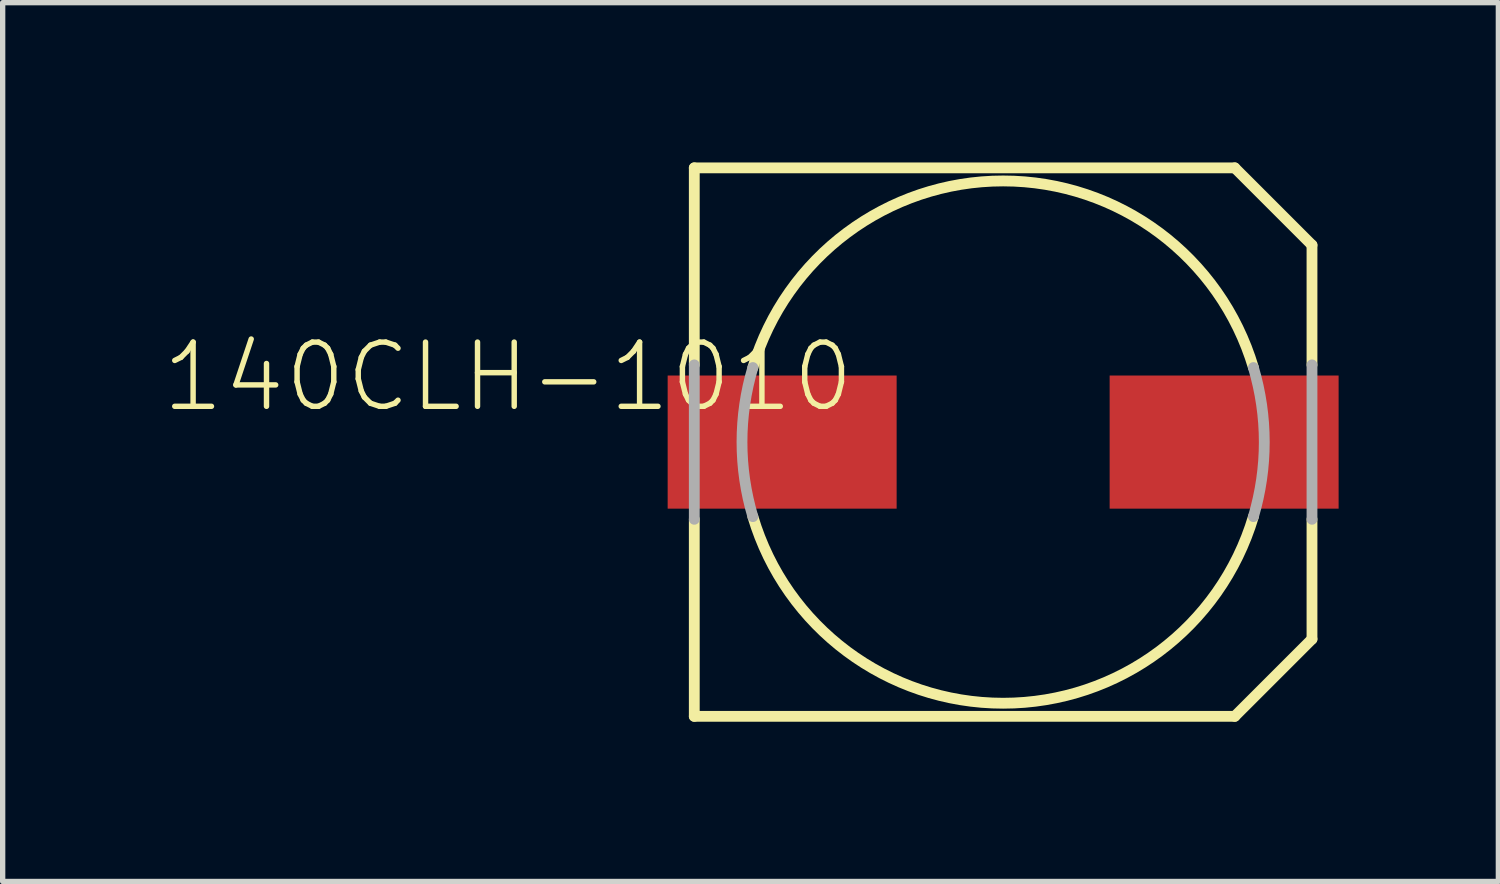
<source format=kicad_pcb>
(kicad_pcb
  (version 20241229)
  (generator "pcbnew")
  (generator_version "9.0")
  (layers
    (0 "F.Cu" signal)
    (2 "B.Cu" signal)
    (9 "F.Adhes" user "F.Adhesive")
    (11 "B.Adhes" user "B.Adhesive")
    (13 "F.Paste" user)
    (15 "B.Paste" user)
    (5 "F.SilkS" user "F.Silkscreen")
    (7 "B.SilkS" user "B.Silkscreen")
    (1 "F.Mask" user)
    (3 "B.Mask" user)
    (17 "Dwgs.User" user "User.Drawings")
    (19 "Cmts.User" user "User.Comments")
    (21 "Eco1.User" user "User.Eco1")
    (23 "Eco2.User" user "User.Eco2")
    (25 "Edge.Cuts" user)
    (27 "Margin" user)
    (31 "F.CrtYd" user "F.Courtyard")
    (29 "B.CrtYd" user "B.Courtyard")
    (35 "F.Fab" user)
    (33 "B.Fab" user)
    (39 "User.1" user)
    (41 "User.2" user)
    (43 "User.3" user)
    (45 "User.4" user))
  (footprint "140CLH-1010"
    (layer "F.Cu")
    (at 15.788 5.252)
    (property "Reference" "140CLH-1010" (at -2.74 -1.93 0) (layer "F.SilkS") (effects (font (size 1.206 1.206) (thickness 0.102)) (justify right top)))
    (attr through_hole)
    (fp_line (start -5.8 -5.15) (end 4.35 -5.15) (stroke (width 0.203) (type solid)) (layer "F.SilkS"))
    (fp_line (start -5.8 -1.45) (end -5.8 -5.15) (stroke (width 0.203) (type solid)) (layer "F.SilkS"))
    (fp_line (start -5.8 5.15) (end -5.8 1.45) (stroke (width 0.203) (type solid)) (layer "F.SilkS"))
    (fp_line (start 4.35 5.15) (end -5.8 5.15) (stroke (width 0.203) (type solid)) (layer "F.SilkS"))
    (fp_line (start 5.8 -3.7) (end 4.35 -5.15) (stroke (width 0.203) (type solid)) (layer "F.SilkS"))
    (fp_line (start 5.8 -3.7) (end 5.8 -1.45) (stroke (width 0.203) (type solid)) (layer "F.SilkS"))
    (fp_line (start 5.8 1.45) (end 5.8 3.7) (stroke (width 0.203) (type solid)) (layer "F.SilkS"))
    (fp_line (start 5.8 3.7) (end 4.35 5.15) (stroke (width 0.203) (type solid)) (layer "F.SilkS"))
    (fp_arc (start -4.7 -1.4) (mid 0 -4.90408) (end 4.7 -1.4) (stroke (width 0.2032) (type solid)) (layer "F.SilkS"))
    (fp_arc (start 4.7 1.4) (mid 0 4.90408) (end -4.7 1.4) (stroke (width 0.2032) (type solid)) (layer "F.SilkS"))
    (fp_line (start -5.8 1.45) (end -5.8 -1.45) (stroke (width 0.203) (type solid)) (layer "F.Fab"))
    (fp_line (start 5.8 -1.45) (end 5.8 1.45) (stroke (width 0.203) (type solid)) (layer "F.Fab"))
    (fp_arc (start -4.7 1.4) (mid -4.90408 0) (end -4.7 -1.4) (stroke (width 0.2032) (type solid)) (layer "F.Fab"))
    (fp_arc (start 4.7 -1.4) (mid 4.90408 0) (end 4.7 1.4) (stroke (width 0.2032) (type solid)) (layer "F.Fab"))
    (pad "+" smd rect (at 4.15 0) (size 4.3 2.5) (layers "F.Cu" "F.Mask" "F.Paste"))
    (pad "-" smd rect (at -4.15 0) (size 4.3 2.5) (layers "F.Cu" "F.Mask" "F.Paste")))
  (gr_rect
    (start -3 -3)
    (end 25.088 13.503)
    (stroke (width 0.1) (type default))
    (fill no)
    (layer "Edge.Cuts")))
</source>
